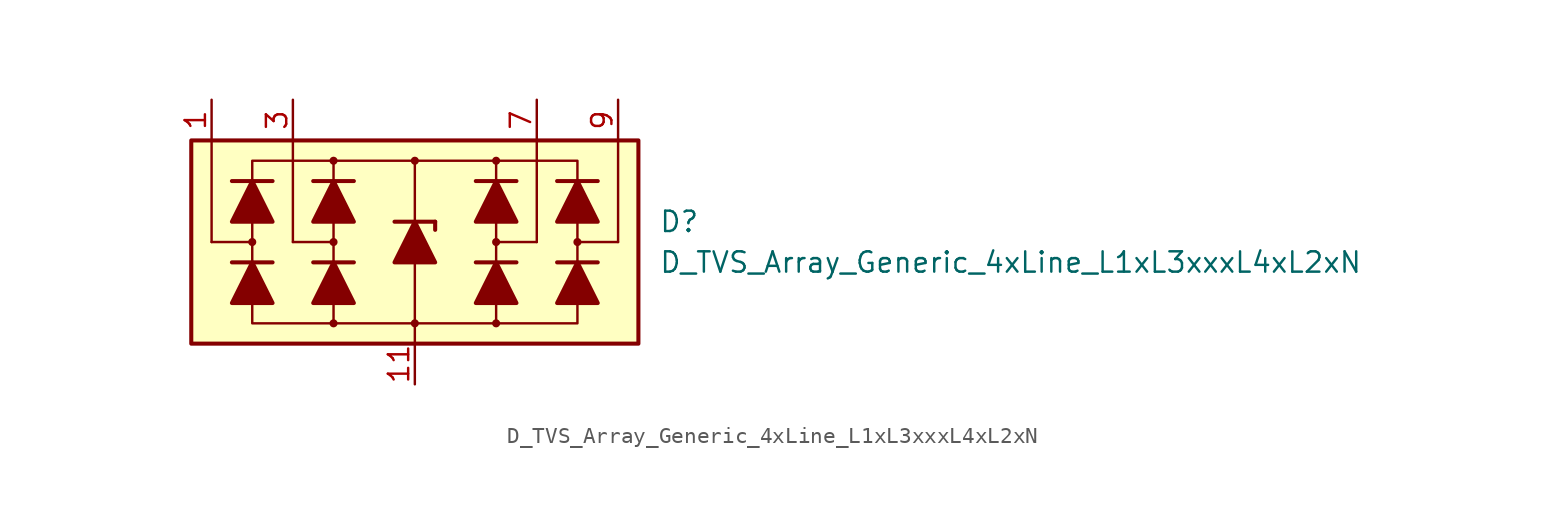
<source format=kicad_sym>
(kicad_symbol_lib
  (version 20211014)
  (generator kicad_symbol_editor)
  (symbol "D_TVS_Array_Generic_4xLine_L1xL3xxxL4xL2xN"
    (pin_names
      (offset 1.016) hide)
    (property "Reference" "D"
      (at 15.24 1.27 0)
      (effects (font (size 1.27 1.27)) (justify left)))
    (property "Value" "D_TVS_Array_Generic_4xLine_L1xL3xxxL4xL2xN"
      (at 15.24 -1.27 0)
      (effects (font (size 1.27 1.27)) (justify left)))
    (symbol "D_TVS_Array_Generic_4xLine_L1xL3xxxL4xL2xN_0_1"
      (rectangle (start -13.97 6.35) (end 13.97 -6.35) (stroke (width 0.254) (type default) (color 0 0 0 0)) (fill (type background)))
      (circle (center -5.08 0) (radius 0.178) (stroke (width 0) (type default) (color 0 0 0 0)) (fill (type outline)))
      (polyline (pts (xy -7.62 0) (xy -7.62 6.35)) (stroke (width 0) (type default) (color 0 0 0 0)) (fill (type none)))
      (polyline (pts (xy -5.08 -1.27) (xy -5.08 1.27)) (stroke (width 0) (type default) (color 0 0 0 0)) (fill (type none)))
      (polyline (pts (xy -5.08 0) (xy -7.62 0)) (stroke (width 0) (type default) (color 0 0 0 0)) (fill (type none)))
      (polyline (pts (xy 0 -5.08) (xy 0 -6.35)) (stroke (width 0) (type default) (color 0 0 0 0)) (fill (type none)))
      (polyline (pts (xy 0 -1.27) (xy 0 -5.08)) (stroke (width 0) (type default) (color 0 0 0 0)) (fill (type none)))
      (polyline (pts (xy 0 1.27) (xy 0 5.08)) (stroke (width 0.152) (type default) (color 0 0 0 0)) (fill (type none)))
      (polyline (pts (xy 5.08 -1.27) (xy 5.08 1.27)) (stroke (width 0) (type default) (color 0 0 0 0)) (fill (type none)))
      (polyline (pts (xy 5.08 0) (xy 7.62 0)) (stroke (width 0) (type default) (color 0 0 0 0)) (fill (type none)))
      (polyline (pts (xy 7.62 0) (xy 7.62 6.35)) (stroke (width 0) (type default) (color 0 0 0 0)) (fill (type none)))
      (polyline (pts (xy -5.08 -5.08) (xy -10.16 -5.08) (xy -10.16 5.08) (xy -5.08 5.08)) (stroke (width 0) (type default) (color 0 0 0 0)) (fill (type none)))
      (polyline (pts (xy -5.08 -3.81) (xy -5.08 -5.08) (xy 5.08 -5.08) (xy 5.08 -3.81)) (stroke (width 0) (type default) (color 0 0 0 0)) (fill (type none)))
      (polyline (pts (xy -5.08 3.81) (xy -5.08 5.08) (xy 5.08 5.08) (xy 5.08 3.81)) (stroke (width 0) (type default) (color 0 0 0 0)) (fill (type none)))
      (polyline (pts (xy 5.08 -5.08) (xy 10.16 -5.08) (xy 10.16 5.08) (xy 5.08 5.08)) (stroke (width 0) (type default) (color 0 0 0 0)) (fill (type none)))
      (circle (center 0 5.08) (radius 0.178) (stroke (width 0) (type default) (color 0 0 0 0)) (fill (type outline)))
      (circle (center 5.08 0) (radius 0.178) (stroke (width 0) (type default) (color 0 0 0 0)) (fill (type outline))))
    (symbol "D_TVS_Array_Generic_4xLine_L1xL3xxxL4xL2xN_1_1"
      (circle (center -10.16 0) (radius 0.178) (stroke (width 0) (type default) (color 0 0 0 0)) (fill (type outline)))
      (circle (center -5.08 -5.08) (radius 0.178) (stroke (width 0) (type default) (color 0 0 0 0)) (fill (type outline)))
      (circle (center -5.08 5.08) (radius 0.178) (stroke (width 0) (type default) (color 0 0 0 0)) (fill (type outline)))
      (circle (center 0 -5.08) (radius 0.178) (stroke (width 0) (type default) (color 0 0 0 0)) (fill (type outline)))
      (polyline (pts (xy -12.7 0) (xy -12.7 6.35)) (stroke (width 0) (type default) (color 0 0 0 0)) (fill (type none)))
      (polyline (pts (xy -10.16 0) (xy -12.7 0)) (stroke (width 0) (type default) (color 0 0 0 0)) (fill (type none)))
      (polyline (pts (xy -8.89 -1.27) (xy -11.43 -1.27)) (stroke (width 0.254) (type default) (color 0 0 0 0)) (fill (type none)))
      (polyline (pts (xy -8.89 3.81) (xy -11.43 3.81)) (stroke (width 0.254) (type default) (color 0 0 0 0)) (fill (type none)))
      (polyline (pts (xy -5.08 -3.81) (xy -5.08 -1.27)) (stroke (width 0) (type default) (color 0 0 0 0)) (fill (type none)))
      (polyline (pts (xy -5.08 1.27) (xy -5.08 3.81)) (stroke (width 0) (type default) (color 0 0 0 0)) (fill (type none)))
      (polyline (pts (xy -3.81 -1.27) (xy -6.35 -1.27)) (stroke (width 0.254) (type default) (color 0 0 0 0)) (fill (type none)))
      (polyline (pts (xy -3.81 3.81) (xy -6.35 3.81)) (stroke (width 0.254) (type default) (color 0 0 0 0)) (fill (type none)))
      (polyline (pts (xy -1.27 1.27) (xy 1.27 1.27)) (stroke (width 0.254) (type default) (color 0 0 0 0)) (fill (type none)))
      (polyline (pts (xy 0 -1.27) (xy 0 1.27)) (stroke (width 0) (type default) (color 0 0 0 0)) (fill (type none)))
      (polyline (pts (xy 1.27 1.27) (xy 1.27 0.762)) (stroke (width 0.254) (type default) (color 0 0 0 0)) (fill (type none)))
      (polyline (pts (xy 5.08 -3.81) (xy 5.08 -1.27)) (stroke (width 0) (type default) (color 0 0 0 0)) (fill (type none)))
      (polyline (pts (xy 5.08 1.27) (xy 5.08 3.81)) (stroke (width 0) (type default) (color 0 0 0 0)) (fill (type none)))
      (polyline (pts (xy 6.35 -1.27) (xy 3.81 -1.27)) (stroke (width 0.254) (type default) (color 0 0 0 0)) (fill (type none)))
      (polyline (pts (xy 6.35 3.81) (xy 3.81 3.81)) (stroke (width 0.254) (type default) (color 0 0 0 0)) (fill (type none)))
      (polyline (pts (xy 10.16 0) (xy 12.7 0)) (stroke (width 0) (type default) (color 0 0 0 0)) (fill (type none)))
      (polyline (pts (xy 11.43 -1.27) (xy 8.89 -1.27)) (stroke (width 0.254) (type default) (color 0 0 0 0)) (fill (type none)))
      (polyline (pts (xy 11.43 3.81) (xy 8.89 3.81)) (stroke (width 0.254) (type default) (color 0 0 0 0)) (fill (type none)))
      (polyline (pts (xy 12.7 0) (xy 12.7 6.35)) (stroke (width 0) (type default) (color 0 0 0 0)) (fill (type none)))
      (polyline (pts (xy -8.89 -3.81) (xy -11.43 -3.81) (xy -10.16 -1.27) (xy -8.89 -3.81)) (stroke (width 0.254) (type default) (color 0 0 0 0)) (fill (type outline)))
      (polyline (pts (xy -8.89 1.27) (xy -11.43 1.27) (xy -10.16 3.81) (xy -8.89 1.27)) (stroke (width 0.254) (type default) (color 0 0 0 0)) (fill (type outline)))
      (polyline (pts (xy -3.81 -3.81) (xy -6.35 -3.81) (xy -5.08 -1.27) (xy -3.81 -3.81)) (stroke (width 0.254) (type default) (color 0 0 0 0)) (fill (type outline)))
      (polyline (pts (xy -3.81 1.27) (xy -6.35 1.27) (xy -5.08 3.81) (xy -3.81 1.27)) (stroke (width 0.254) (type default) (color 0 0 0 0)) (fill (type outline)))
      (polyline (pts (xy 1.27 -1.27) (xy -1.27 -1.27) (xy 0 1.27) (xy 1.27 -1.27)) (stroke (width 0.254) (type default) (color 0 0 0 0)) (fill (type outline)))
      (polyline (pts (xy 6.35 -3.81) (xy 3.81 -3.81) (xy 5.08 -1.27) (xy 6.35 -3.81)) (stroke (width 0.254) (type default) (color 0 0 0 0)) (fill (type outline)))
      (polyline (pts (xy 6.35 1.27) (xy 3.81 1.27) (xy 5.08 3.81) (xy 6.35 1.27)) (stroke (width 0.254) (type default) (color 0 0 0 0)) (fill (type outline)))
      (polyline (pts (xy 11.43 -3.81) (xy 8.89 -3.81) (xy 10.16 -1.27) (xy 11.43 -3.81)) (stroke (width 0.254) (type default) (color 0 0 0 0)) (fill (type outline)))
      (polyline (pts (xy 11.43 1.27) (xy 8.89 1.27) (xy 10.16 3.81) (xy 11.43 1.27)) (stroke (width 0.254) (type default) (color 0 0 0 0)) (fill (type outline)))
      (circle (center 5.08 -5.08) (radius 0.178) (stroke (width 0) (type default) (color 0 0 0 0)) (fill (type outline)))
      (circle (center 5.08 5.08) (radius 0.178) (stroke (width 0) (type default) (color 0 0 0 0)) (fill (type outline)))
      (circle (center 10.16 0) (radius 0.178) (stroke (width 0) (type default) (color 0 0 0 0)) (fill (type outline)))
      (pin passive line (at -12.7 8.89 270) (length 2.54) (name "L1" (effects (font (size 1.27 1.27)))) (number "1" (effects (font (size 1.27 1.27)))))
      (pin passive line (at 0 -8.89 90) (length 2.54) (name "VN" (effects (font (size 1.27 1.27)))) (number "11" (effects (font (size 1.27 1.27)))))
      (pin passive line (at -7.62 8.89 270) (length 2.54) (name "L2" (effects (font (size 1.27 1.27)))) (number "3" (effects (font (size 1.27 1.27)))))
      (pin passive line (at 7.62 8.89 270) (length 2.54) (name "L3" (effects (font (size 1.27 1.27)))) (number "7" (effects (font (size 1.27 1.27)))))
      (pin passive line (at 12.7 8.89 270) (length 2.54) (name "L4" (effects (font (size 1.27 1.27)))) (number "9" (effects (font (size 1.27 1.27))))))))
</source>
